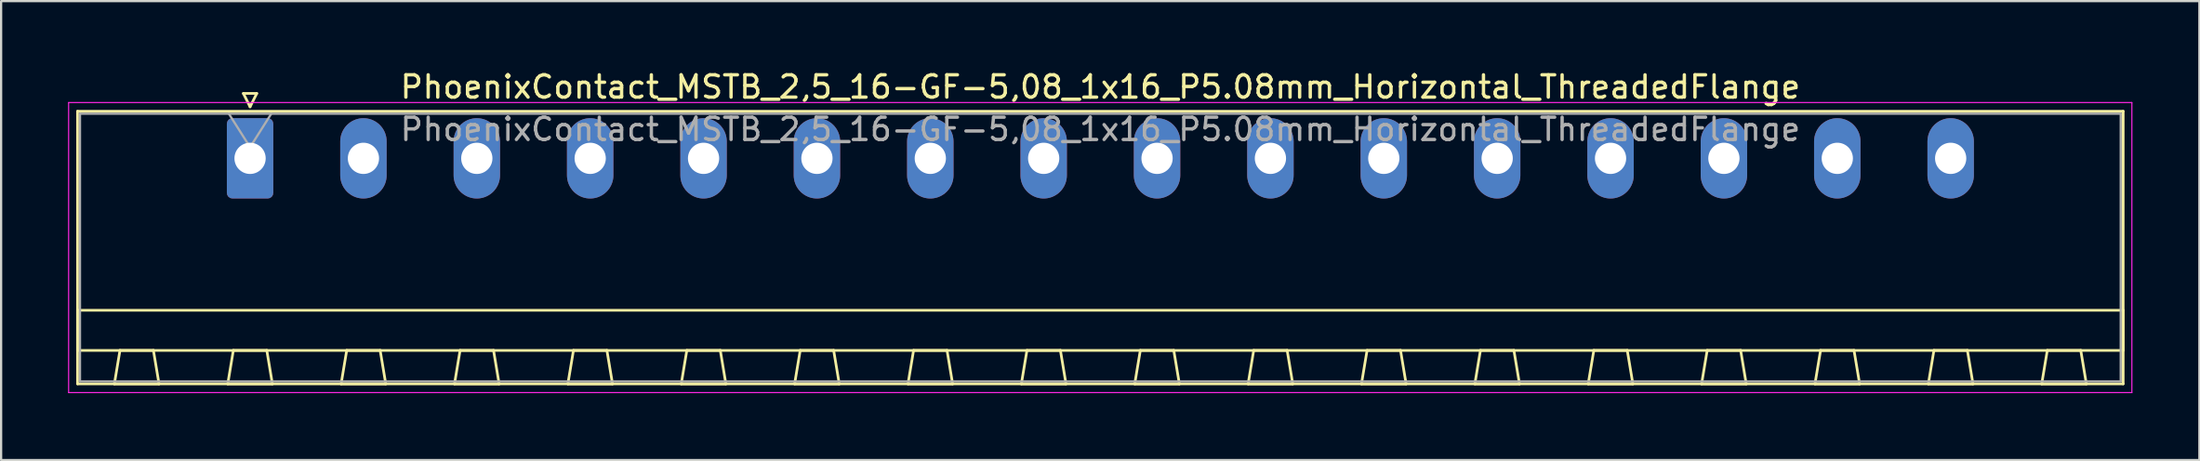
<source format=kicad_pcb>
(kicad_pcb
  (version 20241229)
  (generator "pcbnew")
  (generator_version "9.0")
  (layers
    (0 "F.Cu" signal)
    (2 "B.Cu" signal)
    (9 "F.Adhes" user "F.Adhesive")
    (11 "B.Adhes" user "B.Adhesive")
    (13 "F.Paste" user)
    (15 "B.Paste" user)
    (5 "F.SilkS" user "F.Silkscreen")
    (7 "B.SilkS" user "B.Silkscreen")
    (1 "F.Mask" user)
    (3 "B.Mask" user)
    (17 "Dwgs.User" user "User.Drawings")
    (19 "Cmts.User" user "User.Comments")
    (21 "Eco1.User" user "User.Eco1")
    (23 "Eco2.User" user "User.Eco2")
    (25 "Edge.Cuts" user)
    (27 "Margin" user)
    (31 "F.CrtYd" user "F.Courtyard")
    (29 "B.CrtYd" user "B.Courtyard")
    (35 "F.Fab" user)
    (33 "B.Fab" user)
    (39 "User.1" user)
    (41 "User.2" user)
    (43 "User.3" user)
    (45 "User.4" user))
  (footprint "PhoenixContact_MSTB_2,5_16-GF-5,08_1x16_P5.08mm_Horizontal_ThreadedFlange"
    (layer "F.Cu")
    (at 8.155 4.048)
    (property "Reference" "PhoenixContact_MSTB_2,5_16-GF-5,08_1x16_P5.08mm_Horizontal_ThreadedFlange" (at 38.1 -3.2 0) (layer "F.SilkS") (effects (font (size 1 1) (thickness 0.15))))
    (attr through_hole)
    (fp_line (start -7.73 -2.11) (end -7.73 10.11) (stroke (width 0.12) (type solid)) (layer "F.SilkS"))
    (fp_line (start -7.73 6.81) (end 83.93 6.81) (stroke (width 0.12) (type solid)) (layer "F.SilkS"))
    (fp_line (start -7.73 8.61) (end -7.73 6.81) (stroke (width 0.12) (type solid)) (layer "F.SilkS"))
    (fp_line (start -7.73 10.11) (end 83.93 10.11) (stroke (width 0.12) (type solid)) (layer "F.SilkS"))
    (fp_line (start -6.08 10.11) (end -4.08 10.11) (stroke (width 0.12) (type solid)) (layer "F.SilkS"))
    (fp_line (start -5.83 8.61) (end -6.08 10.11) (stroke (width 0.12) (type solid)) (layer "F.SilkS"))
    (fp_line (start -4.33 8.61) (end -5.83 8.61) (stroke (width 0.12) (type solid)) (layer "F.SilkS"))
    (fp_line (start -4.08 10.11) (end -4.33 8.61) (stroke (width 0.12) (type solid)) (layer "F.SilkS"))
    (fp_line (start -1 10.11) (end 1 10.11) (stroke (width 0.12) (type solid)) (layer "F.SilkS"))
    (fp_line (start -0.75 8.61) (end -1 10.11) (stroke (width 0.12) (type solid)) (layer "F.SilkS"))
    (fp_line (start -0.3 -2.91) (end 0.3 -2.91) (stroke (width 0.12) (type solid)) (layer "F.SilkS"))
    (fp_line (start 0 -2.31) (end -0.3 -2.91) (stroke (width 0.12) (type solid)) (layer "F.SilkS"))
    (fp_line (start 0.3 -2.91) (end 0 -2.31) (stroke (width 0.12) (type solid)) (layer "F.SilkS"))
    (fp_line (start 0.75 8.61) (end -0.75 8.61) (stroke (width 0.12) (type solid)) (layer "F.SilkS"))
    (fp_line (start 1 10.11) (end 0.75 8.61) (stroke (width 0.12) (type solid)) (layer "F.SilkS"))
    (fp_line (start 4.08 10.11) (end 6.08 10.11) (stroke (width 0.12) (type solid)) (layer "F.SilkS"))
    (fp_line (start 4.33 8.61) (end 4.08 10.11) (stroke (width 0.12) (type solid)) (layer "F.SilkS"))
    (fp_line (start 5.83 8.61) (end 4.33 8.61) (stroke (width 0.12) (type solid)) (layer "F.SilkS"))
    (fp_line (start 6.08 10.11) (end 5.83 8.61) (stroke (width 0.12) (type solid)) (layer "F.SilkS"))
    (fp_line (start 9.16 10.11) (end 11.16 10.11) (stroke (width 0.12) (type solid)) (layer "F.SilkS"))
    (fp_line (start 9.41 8.61) (end 9.16 10.11) (stroke (width 0.12) (type solid)) (layer "F.SilkS"))
    (fp_line (start 10.91 8.61) (end 9.41 8.61) (stroke (width 0.12) (type solid)) (layer "F.SilkS"))
    (fp_line (start 11.16 10.11) (end 10.91 8.61) (stroke (width 0.12) (type solid)) (layer "F.SilkS"))
    (fp_line (start 14.24 10.11) (end 16.24 10.11) (stroke (width 0.12) (type solid)) (layer "F.SilkS"))
    (fp_line (start 14.49 8.61) (end 14.24 10.11) (stroke (width 0.12) (type solid)) (layer "F.SilkS"))
    (fp_line (start 15.99 8.61) (end 14.49 8.61) (stroke (width 0.12) (type solid)) (layer "F.SilkS"))
    (fp_line (start 16.24 10.11) (end 15.99 8.61) (stroke (width 0.12) (type solid)) (layer "F.SilkS"))
    (fp_line (start 19.32 10.11) (end 21.32 10.11) (stroke (width 0.12) (type solid)) (layer "F.SilkS"))
    (fp_line (start 19.57 8.61) (end 19.32 10.11) (stroke (width 0.12) (type solid)) (layer "F.SilkS"))
    (fp_line (start 21.07 8.61) (end 19.57 8.61) (stroke (width 0.12) (type solid)) (layer "F.SilkS"))
    (fp_line (start 21.32 10.11) (end 21.07 8.61) (stroke (width 0.12) (type solid)) (layer "F.SilkS"))
    (fp_line (start 24.4 10.11) (end 26.4 10.11) (stroke (width 0.12) (type solid)) (layer "F.SilkS"))
    (fp_line (start 24.65 8.61) (end 24.4 10.11) (stroke (width 0.12) (type solid)) (layer "F.SilkS"))
    (fp_line (start 26.15 8.61) (end 24.65 8.61) (stroke (width 0.12) (type solid)) (layer "F.SilkS"))
    (fp_line (start 26.4 10.11) (end 26.15 8.61) (stroke (width 0.12) (type solid)) (layer "F.SilkS"))
    (fp_line (start 29.48 10.11) (end 31.48 10.11) (stroke (width 0.12) (type solid)) (layer "F.SilkS"))
    (fp_line (start 29.73 8.61) (end 29.48 10.11) (stroke (width 0.12) (type solid)) (layer "F.SilkS"))
    (fp_line (start 31.23 8.61) (end 29.73 8.61) (stroke (width 0.12) (type solid)) (layer "F.SilkS"))
    (fp_line (start 31.48 10.11) (end 31.23 8.61) (stroke (width 0.12) (type solid)) (layer "F.SilkS"))
    (fp_line (start 34.56 10.11) (end 36.56 10.11) (stroke (width 0.12) (type solid)) (layer "F.SilkS"))
    (fp_line (start 34.81 8.61) (end 34.56 10.11) (stroke (width 0.12) (type solid)) (layer "F.SilkS"))
    (fp_line (start 36.31 8.61) (end 34.81 8.61) (stroke (width 0.12) (type solid)) (layer "F.SilkS"))
    (fp_line (start 36.56 10.11) (end 36.31 8.61) (stroke (width 0.12) (type solid)) (layer "F.SilkS"))
    (fp_line (start 39.64 10.11) (end 41.64 10.11) (stroke (width 0.12) (type solid)) (layer "F.SilkS"))
    (fp_line (start 39.89 8.61) (end 39.64 10.11) (stroke (width 0.12) (type solid)) (layer "F.SilkS"))
    (fp_line (start 41.39 8.61) (end 39.89 8.61) (stroke (width 0.12) (type solid)) (layer "F.SilkS"))
    (fp_line (start 41.64 10.11) (end 41.39 8.61) (stroke (width 0.12) (type solid)) (layer "F.SilkS"))
    (fp_line (start 44.72 10.11) (end 46.72 10.11) (stroke (width 0.12) (type solid)) (layer "F.SilkS"))
    (fp_line (start 44.97 8.61) (end 44.72 10.11) (stroke (width 0.12) (type solid)) (layer "F.SilkS"))
    (fp_line (start 46.47 8.61) (end 44.97 8.61) (stroke (width 0.12) (type solid)) (layer "F.SilkS"))
    (fp_line (start 46.72 10.11) (end 46.47 8.61) (stroke (width 0.12) (type solid)) (layer "F.SilkS"))
    (fp_line (start 49.8 10.11) (end 51.8 10.11) (stroke (width 0.12) (type solid)) (layer "F.SilkS"))
    (fp_line (start 50.05 8.61) (end 49.8 10.11) (stroke (width 0.12) (type solid)) (layer "F.SilkS"))
    (fp_line (start 51.55 8.61) (end 50.05 8.61) (stroke (width 0.12) (type solid)) (layer "F.SilkS"))
    (fp_line (start 51.8 10.11) (end 51.55 8.61) (stroke (width 0.12) (type solid)) (layer "F.SilkS"))
    (fp_line (start 54.88 10.11) (end 56.88 10.11) (stroke (width 0.12) (type solid)) (layer "F.SilkS"))
    (fp_line (start 55.13 8.61) (end 54.88 10.11) (stroke (width 0.12) (type solid)) (layer "F.SilkS"))
    (fp_line (start 56.63 8.61) (end 55.13 8.61) (stroke (width 0.12) (type solid)) (layer "F.SilkS"))
    (fp_line (start 56.88 10.11) (end 56.63 8.61) (stroke (width 0.12) (type solid)) (layer "F.SilkS"))
    (fp_line (start 59.96 10.11) (end 61.96 10.11) (stroke (width 0.12) (type solid)) (layer "F.SilkS"))
    (fp_line (start 60.21 8.61) (end 59.96 10.11) (stroke (width 0.12) (type solid)) (layer "F.SilkS"))
    (fp_line (start 61.71 8.61) (end 60.21 8.61) (stroke (width 0.12) (type solid)) (layer "F.SilkS"))
    (fp_line (start 61.96 10.11) (end 61.71 8.61) (stroke (width 0.12) (type solid)) (layer "F.SilkS"))
    (fp_line (start 65.04 10.11) (end 67.04 10.11) (stroke (width 0.12) (type solid)) (layer "F.SilkS"))
    (fp_line (start 65.29 8.61) (end 65.04 10.11) (stroke (width 0.12) (type solid)) (layer "F.SilkS"))
    (fp_line (start 66.79 8.61) (end 65.29 8.61) (stroke (width 0.12) (type solid)) (layer "F.SilkS"))
    (fp_line (start 67.04 10.11) (end 66.79 8.61) (stroke (width 0.12) (type solid)) (layer "F.SilkS"))
    (fp_line (start 70.12 10.11) (end 72.12 10.11) (stroke (width 0.12) (type solid)) (layer "F.SilkS"))
    (fp_line (start 70.37 8.61) (end 70.12 10.11) (stroke (width 0.12) (type solid)) (layer "F.SilkS"))
    (fp_line (start 71.87 8.61) (end 70.37 8.61) (stroke (width 0.12) (type solid)) (layer "F.SilkS"))
    (fp_line (start 72.12 10.11) (end 71.87 8.61) (stroke (width 0.12) (type solid)) (layer "F.SilkS"))
    (fp_line (start 75.2 10.11) (end 77.2 10.11) (stroke (width 0.12) (type solid)) (layer "F.SilkS"))
    (fp_line (start 75.45 8.61) (end 75.2 10.11) (stroke (width 0.12) (type solid)) (layer "F.SilkS"))
    (fp_line (start 76.95 8.61) (end 75.45 8.61) (stroke (width 0.12) (type solid)) (layer "F.SilkS"))
    (fp_line (start 77.2 10.11) (end 76.95 8.61) (stroke (width 0.12) (type solid)) (layer "F.SilkS"))
    (fp_line (start 80.28 10.11) (end 82.28 10.11) (stroke (width 0.12) (type solid)) (layer "F.SilkS"))
    (fp_line (start 80.53 8.61) (end 80.28 10.11) (stroke (width 0.12) (type solid)) (layer "F.SilkS"))
    (fp_line (start 82.03 8.61) (end 80.53 8.61) (stroke (width 0.12) (type solid)) (layer "F.SilkS"))
    (fp_line (start 82.28 10.11) (end 82.03 8.61) (stroke (width 0.12) (type solid)) (layer "F.SilkS"))
    (fp_line (start 83.93 -2.11) (end -7.73 -2.11) (stroke (width 0.12) (type solid)) (layer "F.SilkS"))
    (fp_line (start 83.93 6.81) (end 83.93 8.61) (stroke (width 0.12) (type solid)) (layer "F.SilkS"))
    (fp_line (start 83.93 8.61) (end -7.73 8.61) (stroke (width 0.12) (type solid)) (layer "F.SilkS"))
    (fp_line (start 83.93 10.11) (end 83.93 -2.11) (stroke (width 0.12) (type solid)) (layer "F.SilkS"))
    (fp_line (start -8.13 -2.5) (end -8.13 10.5) (stroke (width 0.05) (type solid)) (layer "F.CrtYd"))
    (fp_line (start -8.13 10.5) (end 84.32 10.5) (stroke (width 0.05) (type solid)) (layer "F.CrtYd"))
    (fp_line (start 84.32 -2.5) (end -8.13 -2.5) (stroke (width 0.05) (type solid)) (layer "F.CrtYd"))
    (fp_line (start 84.32 10.5) (end 84.32 -2.5) (stroke (width 0.05) (type solid)) (layer "F.CrtYd"))
    (fp_line (start -7.62 -2) (end -7.62 10) (stroke (width 0.1) (type solid)) (layer "F.Fab"))
    (fp_line (start -7.62 10) (end 83.82 10) (stroke (width 0.1) (type solid)) (layer "F.Fab"))
    (fp_line (start 0 -0.5) (end -0.95 -2) (stroke (width 0.1) (type solid)) (layer "F.Fab"))
    (fp_line (start 0.95 -2) (end 0 -0.5) (stroke (width 0.1) (type solid)) (layer "F.Fab"))
    (fp_line (start 83.82 -2) (end -7.62 -2) (stroke (width 0.1) (type solid)) (layer "F.Fab"))
    (fp_line (start 83.82 10) (end 83.82 -2) (stroke (width 0.1) (type solid)) (layer "F.Fab"))
    (fp_text user "${REFERENCE}" (at 38.1 -1.3 0) (layer "F.Fab") (effects (font (size 1 1) (thickness 0.15))))
    (pad "1" thru_hole roundrect (at 0 0) (size 2.08 3.6) (drill 1.4) (layers "*.Cu" "*.Mask") (roundrect_rratio 0.12))
    (pad "2" thru_hole oval (at 5.08 0) (size 2.08 3.6) (drill 1.4) (layers "*.Cu" "*.Mask"))
    (pad "3" thru_hole oval (at 10.16 0) (size 2.08 3.6) (drill 1.4) (layers "*.Cu" "*.Mask"))
    (pad "4" thru_hole oval (at 15.24 0) (size 2.08 3.6) (drill 1.4) (layers "*.Cu" "*.Mask"))
    (pad "5" thru_hole oval (at 20.32 0) (size 2.08 3.6) (drill 1.4) (layers "*.Cu" "*.Mask"))
    (pad "6" thru_hole oval (at 25.4 0) (size 2.08 3.6) (drill 1.4) (layers "*.Cu" "*.Mask"))
    (pad "7" thru_hole oval (at 30.48 0) (size 2.08 3.6) (drill 1.4) (layers "*.Cu" "*.Mask"))
    (pad "8" thru_hole oval (at 35.56 0) (size 2.08 3.6) (drill 1.4) (layers "*.Cu" "*.Mask"))
    (pad "9" thru_hole oval (at 40.64 0) (size 2.08 3.6) (drill 1.4) (layers "*.Cu" "*.Mask"))
    (pad "10" thru_hole oval (at 45.72 0) (size 2.08 3.6) (drill 1.4) (layers "*.Cu" "*.Mask"))
    (pad "11" thru_hole oval (at 50.8 0) (size 2.08 3.6) (drill 1.4) (layers "*.Cu" "*.Mask"))
    (pad "12" thru_hole oval (at 55.88 0) (size 2.08 3.6) (drill 1.4) (layers "*.Cu" "*.Mask"))
    (pad "13" thru_hole oval (at 60.96 0) (size 2.08 3.6) (drill 1.4) (layers "*.Cu" "*.Mask"))
    (pad "14" thru_hole oval (at 66.04 0) (size 2.08 3.6) (drill 1.4) (layers "*.Cu" "*.Mask"))
    (pad "15" thru_hole oval (at 71.12 0) (size 2.08 3.6) (drill 1.4) (layers "*.Cu" "*.Mask"))
    (pad "16" thru_hole oval (at 76.2 0) (size 2.08 3.6) (drill 1.4) (layers "*.Cu" "*.Mask")))
  (gr_rect
    (start -3 -3)
    (end 95.5 17.573)
    (stroke (width 0.1) (type default))
    (fill no)
    (layer "Edge.Cuts")))
</source>
